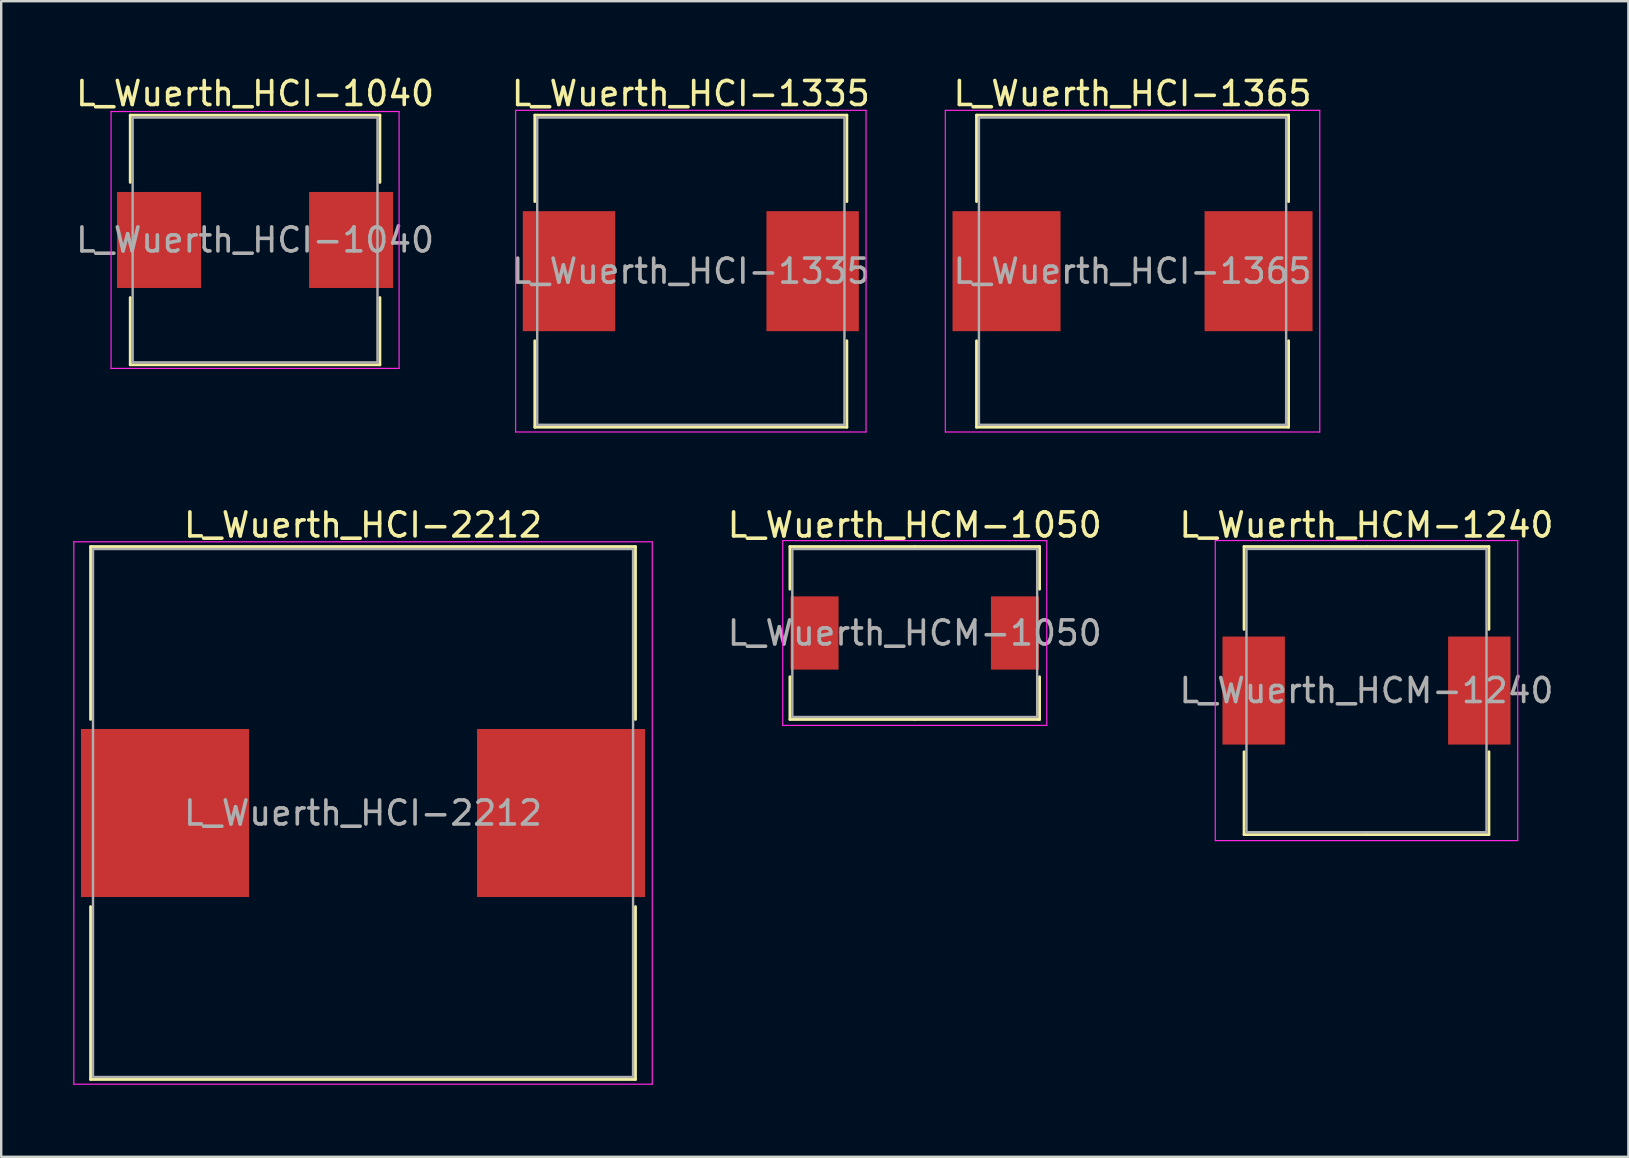
<source format=kicad_pcb>
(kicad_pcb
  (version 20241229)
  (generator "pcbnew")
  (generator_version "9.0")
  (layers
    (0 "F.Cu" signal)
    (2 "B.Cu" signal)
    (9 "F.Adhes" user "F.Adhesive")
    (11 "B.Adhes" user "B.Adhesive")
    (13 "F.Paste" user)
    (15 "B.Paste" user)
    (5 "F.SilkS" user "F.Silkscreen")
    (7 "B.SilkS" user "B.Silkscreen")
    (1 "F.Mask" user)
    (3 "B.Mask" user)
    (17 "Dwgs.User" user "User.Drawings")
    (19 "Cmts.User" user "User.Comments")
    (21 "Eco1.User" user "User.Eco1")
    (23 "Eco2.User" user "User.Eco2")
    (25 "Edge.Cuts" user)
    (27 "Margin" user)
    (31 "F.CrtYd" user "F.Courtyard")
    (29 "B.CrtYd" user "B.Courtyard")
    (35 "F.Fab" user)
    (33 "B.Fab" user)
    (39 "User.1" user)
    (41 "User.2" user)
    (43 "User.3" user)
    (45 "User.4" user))
  (footprint "L_Wuerth_HCI-1365"
    (layer "F.Cu")
    (at 44.135 8.248)
    (property "Reference" "L_Wuerth_HCI-1365" (at 0 -7.4 0) (layer "F.SilkS") (effects (font (size 1 1) (thickness 0.15))))
    (attr smd)
    (fp_line (start -6.5 -6.5) (end 6.5 -6.5) (stroke (width 0.12) (type solid)) (layer "F.SilkS"))
    (fp_line (start -6.5 -2.9) (end -6.5 -6.5) (stroke (width 0.12) (type solid)) (layer "F.SilkS"))
    (fp_line (start -6.5 2.9) (end -6.5 6.5) (stroke (width 0.12) (type solid)) (layer "F.SilkS"))
    (fp_line (start -6.5 6.5) (end 6.5 6.5) (stroke (width 0.12) (type solid)) (layer "F.SilkS"))
    (fp_line (start 6.5 -6.5) (end 6.5 -2.9) (stroke (width 0.12) (type solid)) (layer "F.SilkS"))
    (fp_line (start 6.5 6.5) (end 6.5 2.9) (stroke (width 0.12) (type solid)) (layer "F.SilkS"))
    (fp_line (start -7.8 -6.7) (end -7.8 6.7) (stroke (width 0.05) (type solid)) (layer "F.CrtYd"))
    (fp_line (start -7.8 6.7) (end 7.8 6.7) (stroke (width 0.05) (type solid)) (layer "F.CrtYd"))
    (fp_line (start 7.8 -6.7) (end -7.8 -6.7) (stroke (width 0.05) (type solid)) (layer "F.CrtYd"))
    (fp_line (start 7.8 6.7) (end 7.8 -6.7) (stroke (width 0.05) (type solid)) (layer "F.CrtYd"))
    (fp_line (start -6.4 -6.4) (end -6.4 6.4) (stroke (width 0.1) (type solid)) (layer "F.Fab"))
    (fp_line (start -6.4 6.4) (end 6.4 6.4) (stroke (width 0.1) (type solid)) (layer "F.Fab"))
    (fp_line (start 6.4 -6.4) (end -6.4 -6.4) (stroke (width 0.1) (type solid)) (layer "F.Fab"))
    (fp_line (start 6.4 6.4) (end 6.4 -6.4) (stroke (width 0.1) (type solid)) (layer "F.Fab"))
    (fp_text user "${REFERENCE}" (at 0 0 0) (layer "F.Fab") (effects (font (size 1 1) (thickness 0.15))))
    (pad "1" smd rect (at -5.25 0) (size 4.5 5) (layers "F.Cu" "F.Mask" "F.Paste"))
    (pad "2" smd rect (at 5.25 0) (size 4.5 5) (layers "F.Cu" "F.Mask" "F.Paste")))
  (footprint "L_Wuerth_HCI-1040"
    (layer "F.Cu")
    (at 7.577 6.948)
    (property "Reference" "L_Wuerth_HCI-1040" (at 0 -6.1 0) (layer "F.SilkS") (effects (font (size 1 1) (thickness 0.15))))
    (attr smd)
    (fp_line (start -5.2 -5.2) (end 5.2 -5.2) (stroke (width 0.12) (type solid)) (layer "F.SilkS"))
    (fp_line (start -5.2 -2.4) (end -5.2 -5.2) (stroke (width 0.12) (type solid)) (layer "F.SilkS"))
    (fp_line (start -5.2 2.4) (end -5.2 5.2) (stroke (width 0.12) (type solid)) (layer "F.SilkS"))
    (fp_line (start -5.2 5.2) (end 5.2 5.2) (stroke (width 0.12) (type solid)) (layer "F.SilkS"))
    (fp_line (start 5.2 -5.2) (end 5.2 -2.4) (stroke (width 0.12) (type solid)) (layer "F.SilkS"))
    (fp_line (start 5.2 5.2) (end 5.2 2.4) (stroke (width 0.12) (type solid)) (layer "F.SilkS"))
    (fp_line (start -6 -5.35) (end -6 5.35) (stroke (width 0.05) (type solid)) (layer "F.CrtYd"))
    (fp_line (start -6 5.35) (end 6 5.35) (stroke (width 0.05) (type solid)) (layer "F.CrtYd"))
    (fp_line (start 6 -5.35) (end -6 -5.35) (stroke (width 0.05) (type solid)) (layer "F.CrtYd"))
    (fp_line (start 6 5.35) (end 6 -5.35) (stroke (width 0.05) (type solid)) (layer "F.CrtYd"))
    (fp_line (start -5.1 -5.1) (end -5.1 5.1) (stroke (width 0.1) (type solid)) (layer "F.Fab"))
    (fp_line (start -5.1 5.1) (end 5.1 5.1) (stroke (width 0.1) (type solid)) (layer "F.Fab"))
    (fp_line (start 5.1 -5.1) (end -5.1 -5.1) (stroke (width 0.1) (type solid)) (layer "F.Fab"))
    (fp_line (start 5.1 5.1) (end 5.1 -5.1) (stroke (width 0.1) (type solid)) (layer "F.Fab"))
    (fp_text user "${REFERENCE}" (at 0 0 0) (layer "F.Fab") (effects (font (size 1 1) (thickness 0.15))))
    (pad "1" smd rect (at -4 0) (size 3.5 4) (layers "F.Cu" "F.Mask" "F.Paste"))
    (pad "2" smd rect (at 4 0) (size 3.5 4) (layers "F.Cu" "F.Mask" "F.Paste")))
  (footprint "L_Wuerth_HCM-1050"
    (layer "F.Cu")
    (at 35.061 23.322)
    (property "Reference" "L_Wuerth_HCM-1050" (at 0 -4.5 0) (layer "F.SilkS") (effects (font (size 1 1) (thickness 0.15))))
    (attr smd)
    (fp_line (start -5.2 -3.6) (end 0 -3.6) (stroke (width 0.12) (type solid)) (layer "F.SilkS"))
    (fp_line (start -5.2 -1.825) (end -5.2 -3.6) (stroke (width 0.12) (type solid)) (layer "F.SilkS"))
    (fp_line (start -5.2 1.825) (end -5.2 3.6) (stroke (width 0.12) (type solid)) (layer "F.SilkS"))
    (fp_line (start -5.2 3.6) (end 0 3.6) (stroke (width 0.12) (type solid)) (layer "F.SilkS"))
    (fp_line (start 5.2 -3.6) (end 0 -3.6) (stroke (width 0.12) (type solid)) (layer "F.SilkS"))
    (fp_line (start 5.2 -1.825) (end 5.2 -3.6) (stroke (width 0.12) (type solid)) (layer "F.SilkS"))
    (fp_line (start 5.2 1.825) (end 5.2 3.6) (stroke (width 0.12) (type solid)) (layer "F.SilkS"))
    (fp_line (start 5.2 3.6) (end 0 3.6) (stroke (width 0.12) (type solid)) (layer "F.SilkS"))
    (fp_line (start -5.5 -3.85) (end -5.5 3.85) (stroke (width 0.05) (type solid)) (layer "F.CrtYd"))
    (fp_line (start -5.5 3.85) (end 5.5 3.85) (stroke (width 0.05) (type solid)) (layer "F.CrtYd"))
    (fp_line (start 5.5 -3.85) (end -5.5 -3.85) (stroke (width 0.05) (type solid)) (layer "F.CrtYd"))
    (fp_line (start 5.5 3.85) (end 5.5 -3.85) (stroke (width 0.05) (type solid)) (layer "F.CrtYd"))
    (fp_line (start -5.1 -3.5) (end -5.1 3.5) (stroke (width 0.1) (type solid)) (layer "F.Fab"))
    (fp_line (start -5.1 3.5) (end 5.1 3.5) (stroke (width 0.1) (type solid)) (layer "F.Fab"))
    (fp_line (start 5.1 -3.5) (end -5.1 -3.5) (stroke (width 0.1) (type solid)) (layer "F.Fab"))
    (fp_line (start 5.1 3.5) (end 5.1 -3.5) (stroke (width 0.1) (type solid)) (layer "F.Fab"))
    (fp_text user "${REFERENCE}" (at 0 0 0) (layer "F.Fab") (effects (font (size 1 1) (thickness 0.15))))
    (pad "1" smd rect (at -4.175 0) (size 2 3.05) (layers "F.Cu" "F.Mask" "F.Paste"))
    (pad "2" smd rect (at 4.175 0) (size 2 3.05) (layers "F.Cu" "F.Mask" "F.Paste")))
  (footprint "L_Wuerth_HCM-1240"
    (layer "F.Cu")
    (at 53.882 25.721)
    (property "Reference" "L_Wuerth_HCM-1240" (at 0 -6.9 0) (layer "F.SilkS") (effects (font (size 1 1) (thickness 0.15))))
    (attr smd)
    (fp_line (start -5.1 -6) (end 0 -6) (stroke (width 0.12) (type solid)) (layer "F.SilkS"))
    (fp_line (start -5.1 -2.55) (end -5.1 -6) (stroke (width 0.12) (type solid)) (layer "F.SilkS"))
    (fp_line (start -5.1 2.55) (end -5.1 6) (stroke (width 0.12) (type solid)) (layer "F.SilkS"))
    (fp_line (start -5.1 6) (end 0 6) (stroke (width 0.12) (type solid)) (layer "F.SilkS"))
    (fp_line (start 5.1 -6) (end 0 -6) (stroke (width 0.12) (type solid)) (layer "F.SilkS"))
    (fp_line (start 5.1 -2.55) (end 5.1 -6) (stroke (width 0.12) (type solid)) (layer "F.SilkS"))
    (fp_line (start 5.1 2.55) (end 5.1 6) (stroke (width 0.12) (type solid)) (layer "F.SilkS"))
    (fp_line (start 5.1 6) (end 0 6) (stroke (width 0.12) (type solid)) (layer "F.SilkS"))
    (fp_line (start -6.3 -6.25) (end -6.3 6.25) (stroke (width 0.05) (type solid)) (layer "F.CrtYd"))
    (fp_line (start -6.3 6.25) (end 6.3 6.25) (stroke (width 0.05) (type solid)) (layer "F.CrtYd"))
    (fp_line (start 6.3 -6.25) (end -6.3 -6.25) (stroke (width 0.05) (type solid)) (layer "F.CrtYd"))
    (fp_line (start 6.3 6.25) (end 6.3 -6.25) (stroke (width 0.05) (type solid)) (layer "F.CrtYd"))
    (fp_line (start -5 -5.9) (end -5 5.9) (stroke (width 0.1) (type solid)) (layer "F.Fab"))
    (fp_line (start -5 5.9) (end 5 5.9) (stroke (width 0.1) (type solid)) (layer "F.Fab"))
    (fp_line (start 5 -5.9) (end -5 -5.9) (stroke (width 0.1) (type solid)) (layer "F.Fab"))
    (fp_line (start 5 5.9) (end 5 -5.9) (stroke (width 0.1) (type solid)) (layer "F.Fab"))
    (fp_text user "${REFERENCE}" (at 0 0 0) (layer "F.Fab") (effects (font (size 1 1) (thickness 0.15))))
    (pad "1" smd rect (at -4.7 0) (size 2.6 4.5) (layers "F.Cu" "F.Mask" "F.Paste"))
    (pad "2" smd rect (at 4.7 0) (size 2.6 4.5) (layers "F.Cu" "F.Mask" "F.Paste")))
  (footprint "L_Wuerth_HCI-1335"
    (layer "F.Cu")
    (at 25.732 8.248)
    (property "Reference" "L_Wuerth_HCI-1335" (at 0 -7.4 0) (layer "F.SilkS") (effects (font (size 1 1) (thickness 0.15))))
    (attr smd)
    (fp_line (start -6.5 -6.5) (end 6.5 -6.5) (stroke (width 0.12) (type solid)) (layer "F.SilkS"))
    (fp_line (start -6.5 -2.9) (end -6.5 -6.5) (stroke (width 0.12) (type solid)) (layer "F.SilkS"))
    (fp_line (start -6.5 2.9) (end -6.5 6.5) (stroke (width 0.12) (type solid)) (layer "F.SilkS"))
    (fp_line (start -6.5 6.5) (end 6.5 6.5) (stroke (width 0.12) (type solid)) (layer "F.SilkS"))
    (fp_line (start 6.5 -6.5) (end 6.5 -2.9) (stroke (width 0.12) (type solid)) (layer "F.SilkS"))
    (fp_line (start 6.5 6.5) (end 6.5 2.9) (stroke (width 0.12) (type solid)) (layer "F.SilkS"))
    (fp_line (start -7.3 -6.7) (end -7.3 6.7) (stroke (width 0.05) (type solid)) (layer "F.CrtYd"))
    (fp_line (start -7.3 6.7) (end 7.3 6.7) (stroke (width 0.05) (type solid)) (layer "F.CrtYd"))
    (fp_line (start 7.3 -6.7) (end -7.3 -6.7) (stroke (width 0.05) (type solid)) (layer "F.CrtYd"))
    (fp_line (start 7.3 6.7) (end 7.3 -6.7) (stroke (width 0.05) (type solid)) (layer "F.CrtYd"))
    (fp_line (start -6.4 -6.4) (end -6.4 6.4) (stroke (width 0.1) (type solid)) (layer "F.Fab"))
    (fp_line (start -6.4 6.4) (end 6.4 6.4) (stroke (width 0.1) (type solid)) (layer "F.Fab"))
    (fp_line (start 6.4 -6.4) (end -6.4 -6.4) (stroke (width 0.1) (type solid)) (layer "F.Fab"))
    (fp_line (start 6.4 6.4) (end 6.4 -6.4) (stroke (width 0.1) (type solid)) (layer "F.Fab"))
    (fp_text user "${REFERENCE}" (at 0 0 0) (layer "F.Fab") (effects (font (size 1 1) (thickness 0.15))))
    (pad "1" smd rect (at -5.075 0) (size 3.85 5) (layers "F.Cu" "F.Mask" "F.Paste"))
    (pad "2" smd rect (at 5.075 0) (size 3.85 5) (layers "F.Cu" "F.Mask" "F.Paste")))
  (footprint "L_Wuerth_HCI-2212"
    (layer "F.Cu")
    (at 12.075 30.822)
    (property "Reference" "L_Wuerth_HCI-2212" (at 0 -12 0) (layer "F.SilkS") (effects (font (size 1 1) (thickness 0.15))))
    (attr smd)
    (fp_line (start -11.35 -11.1) (end 11.35 -11.1) (stroke (width 0.12) (type solid)) (layer "F.SilkS"))
    (fp_line (start -11.35 -3.9) (end -11.35 -11.1) (stroke (width 0.12) (type solid)) (layer "F.SilkS"))
    (fp_line (start -11.35 3.9) (end -11.35 11.1) (stroke (width 0.12) (type solid)) (layer "F.SilkS"))
    (fp_line (start -11.35 11.1) (end 11.35 11.1) (stroke (width 0.12) (type solid)) (layer "F.SilkS"))
    (fp_line (start 11.35 -11.1) (end 11.35 -3.9) (stroke (width 0.12) (type solid)) (layer "F.SilkS"))
    (fp_line (start 11.35 11.1) (end 11.35 3.9) (stroke (width 0.12) (type solid)) (layer "F.SilkS"))
    (fp_line (start -12.05 -11.3) (end -12.05 11.3) (stroke (width 0.05) (type solid)) (layer "F.CrtYd"))
    (fp_line (start -12.05 11.3) (end 12.05 11.3) (stroke (width 0.05) (type solid)) (layer "F.CrtYd"))
    (fp_line (start 12.05 -11.3) (end -12.05 -11.3) (stroke (width 0.05) (type solid)) (layer "F.CrtYd"))
    (fp_line (start 12.05 11.3) (end 12.05 -11.3) (stroke (width 0.05) (type solid)) (layer "F.CrtYd"))
    (fp_line (start -11.25 -11) (end -11.25 11) (stroke (width 0.1) (type solid)) (layer "F.Fab"))
    (fp_line (start -11.25 11) (end 11.25 11) (stroke (width 0.1) (type solid)) (layer "F.Fab"))
    (fp_line (start 11.25 -11) (end -11.25 -11) (stroke (width 0.1) (type solid)) (layer "F.Fab"))
    (fp_line (start 11.25 11) (end 11.25 -11) (stroke (width 0.1) (type solid)) (layer "F.Fab"))
    (fp_text user "${REFERENCE}" (at 0 0 0) (layer "F.Fab") (effects (font (size 1 1) (thickness 0.15))))
    (pad "1" smd rect (at -8.25 0) (size 7 7) (layers "F.Cu" "F.Mask" "F.Paste"))
    (pad "2" smd rect (at 8.25 0) (size 7 7) (layers "F.Cu" "F.Mask" "F.Paste")))
  (gr_rect
    (start -3 -3)
    (end 64.793 45.147)
    (stroke (width 0.1) (type default))
    (fill no)
    (layer "Edge.Cuts")))
</source>
